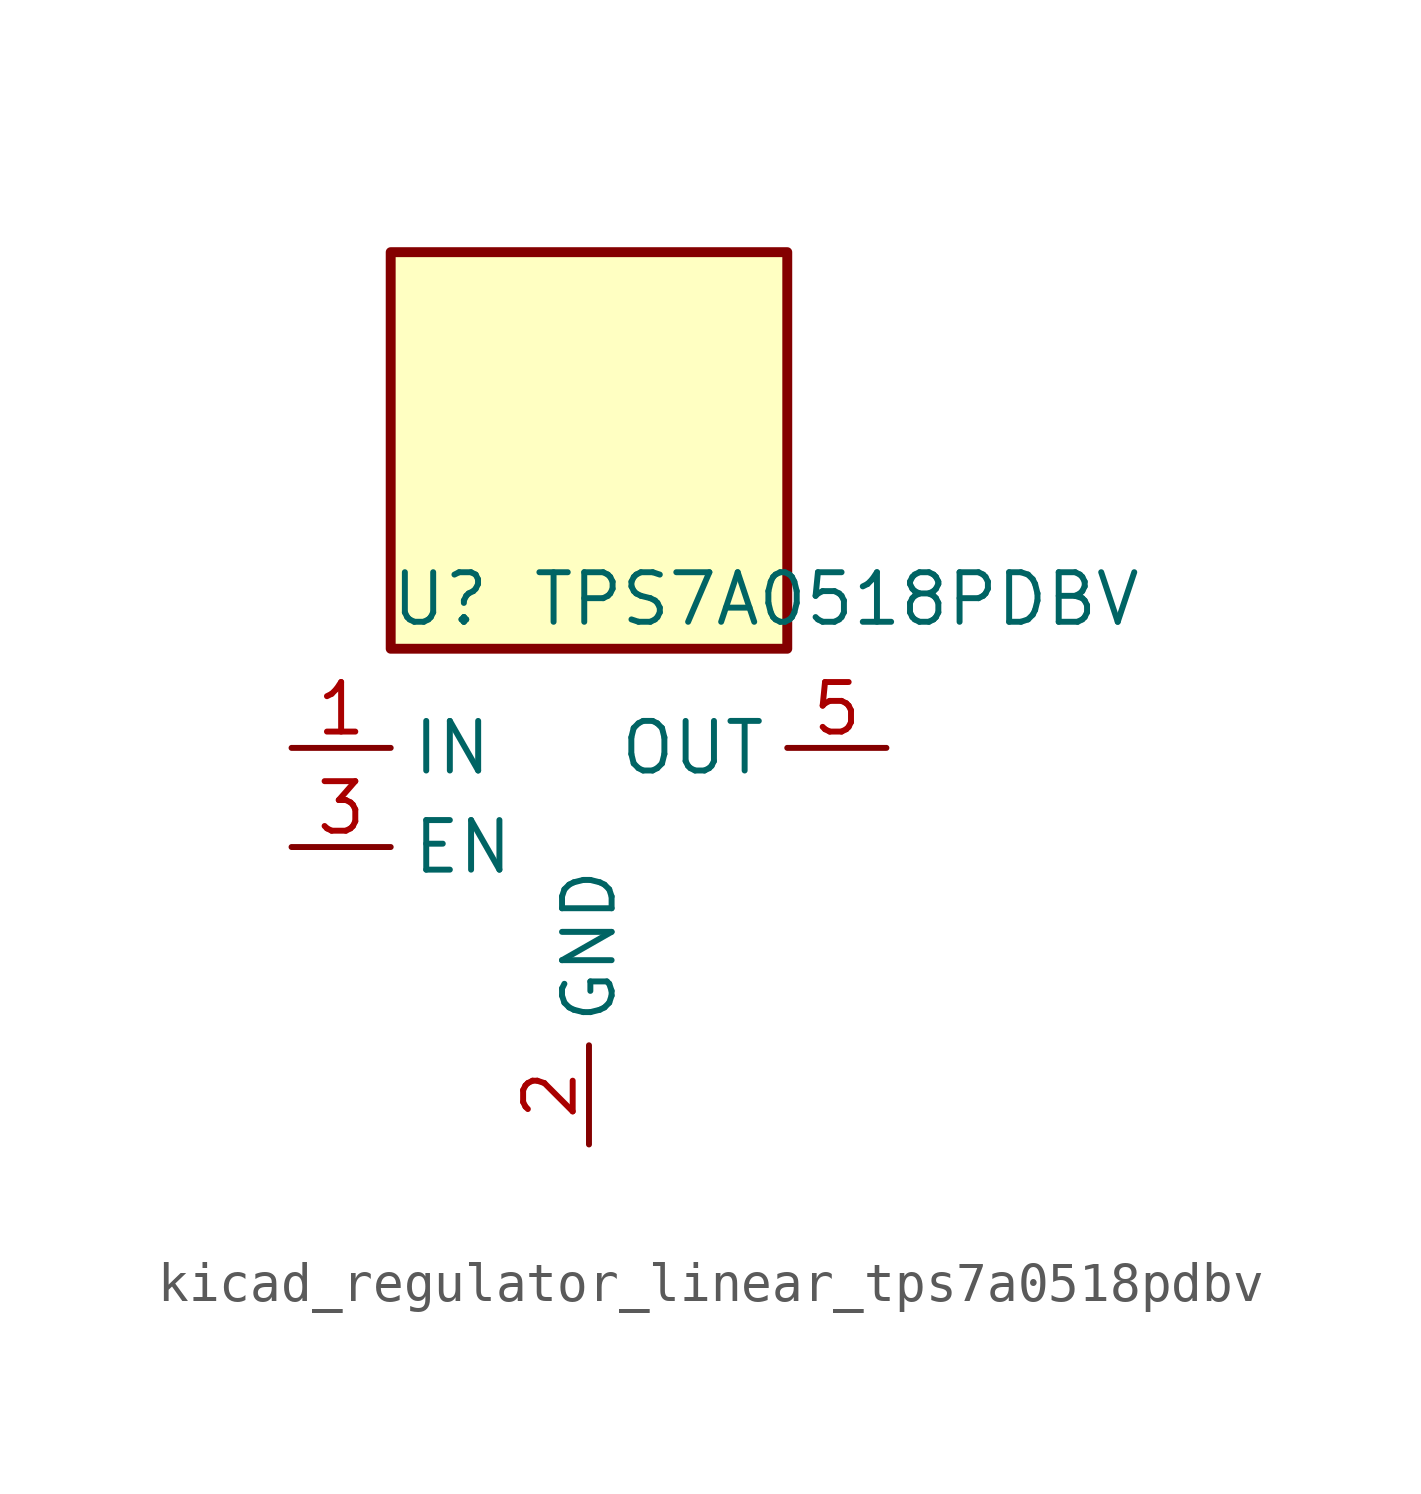
<source format=kicad_sym>
(kicad_symbol_lib
  (version 20220914)
  (generator kicad_symbol_editor)
  (symbol "kicad_regulator_linear_tps7a0518pdbv"
    (property "Reference" "U"
      (at -3.81 6.35 0)
      (effects (font (size 1.27 1.27))))
    (property "Value" "TPS7A0518PDBV"
      (at 6.35 6.35 0)
      (effects (font (size 1.27 1.27))))
    (symbol "kicad_regulator_linear_tps7a0518pdbv_0_1"
      (rectangle (start 5.08 15.24) (end -5.08 5.08) (stroke (width 0.254) (type default)) (fill (type background)))
      (pin power_in line (at -7.62 2.54 0) (length 2.54) (name "IN" (effects (font (size 1.27 1.27)))) (number "1" (effects (font (size 1.27 1.27)))))
      (pin power_in line (at 0 -7.62 90) (length 2.54) (name "GND" (effects (font (size 1.27 1.27)))) (number "2" (effects (font (size 1.27 1.27)))))
      (pin input line (at -7.62 0 0) (length 2.54) (name "EN" (effects (font (size 1.27 1.27)))) (number "3" (effects (font (size 1.27 1.27)))))
      (pin no_connect line (at 5.08 0 180) (length 2.54) hide (name "NC" (effects (font (size 1.27 1.27)))) (number "4" (effects (font (size 1.27 1.27)))))
      (pin power_out line (at 7.62 2.54 180) (length 2.54) (name "OUT" (effects (font (size 1.27 1.27)))) (number "5" (effects (font (size 1.27 1.27))))))))
</source>
